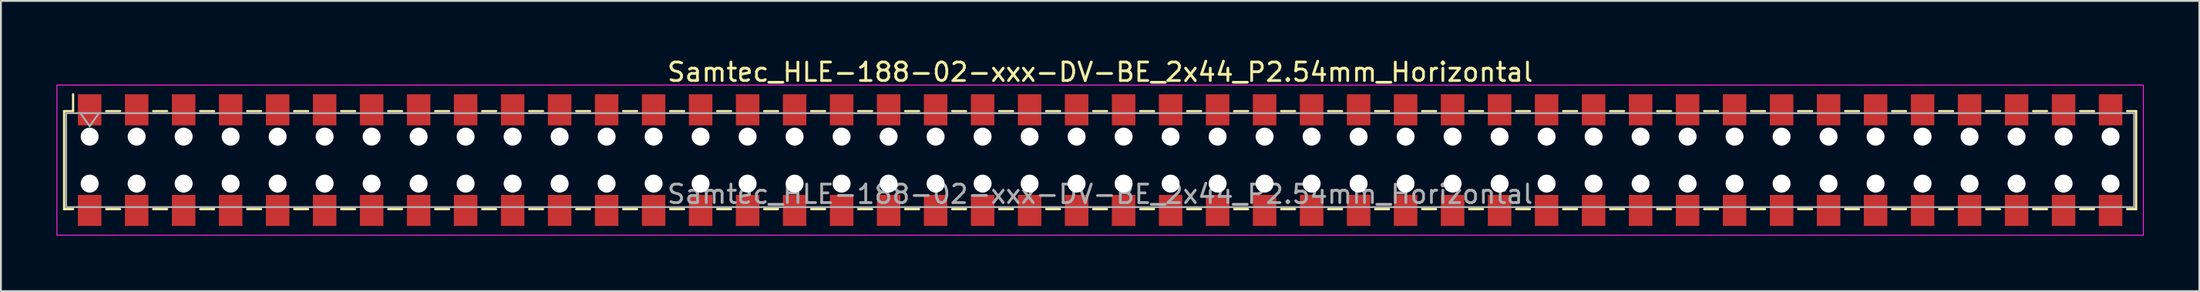
<source format=kicad_pcb>
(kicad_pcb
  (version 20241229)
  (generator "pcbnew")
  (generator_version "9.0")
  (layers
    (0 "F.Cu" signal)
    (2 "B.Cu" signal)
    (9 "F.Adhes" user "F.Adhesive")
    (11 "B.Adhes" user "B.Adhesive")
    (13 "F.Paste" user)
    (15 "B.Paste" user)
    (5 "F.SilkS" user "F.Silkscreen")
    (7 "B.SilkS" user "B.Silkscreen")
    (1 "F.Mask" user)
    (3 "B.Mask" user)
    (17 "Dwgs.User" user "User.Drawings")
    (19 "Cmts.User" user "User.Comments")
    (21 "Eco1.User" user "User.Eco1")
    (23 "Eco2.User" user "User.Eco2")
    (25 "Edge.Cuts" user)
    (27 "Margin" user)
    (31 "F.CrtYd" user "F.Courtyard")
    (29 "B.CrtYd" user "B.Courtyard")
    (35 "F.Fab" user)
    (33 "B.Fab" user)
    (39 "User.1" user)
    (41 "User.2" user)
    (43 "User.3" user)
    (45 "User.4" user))
  (footprint "Samtec_HLE-188-02-xxx-DV-BE_2x44_P2.54mm_Horizontal"
    (layer "F.Cu")
    (at 56.405 5.608)
    (property "Reference" "Samtec_HLE-188-02-xxx-DV-BE_2x44_P2.54mm_Horizontal" (at 0 -4.76 0) (layer "F.SilkS") (effects (font (size 1 1) (thickness 0.15))))
    (attr smd)
    (fp_line (start -55.99 -2.65) (end -55.99 2.65) (stroke (width 0.12) (type solid)) (layer "F.SilkS"))
    (fp_line (start -55.99 2.65) (end -55.505 2.65) (stroke (width 0.12) (type solid)) (layer "F.SilkS"))
    (fp_line (start -55.505 -3.56) (end -55.505 -2.65) (stroke (width 0.12) (type solid)) (layer "F.SilkS"))
    (fp_line (start -55.505 -2.65) (end -55.99 -2.65) (stroke (width 0.12) (type solid)) (layer "F.SilkS"))
    (fp_line (start -53.715 -2.65) (end -52.965 -2.65) (stroke (width 0.12) (type solid)) (layer "F.SilkS"))
    (fp_line (start -53.715 2.65) (end -52.965 2.65) (stroke (width 0.12) (type solid)) (layer "F.SilkS"))
    (fp_line (start -51.175 -2.65) (end -50.425 -2.65) (stroke (width 0.12) (type solid)) (layer "F.SilkS"))
    (fp_line (start -51.175 2.65) (end -50.425 2.65) (stroke (width 0.12) (type solid)) (layer "F.SilkS"))
    (fp_line (start -48.635 -2.65) (end -47.885 -2.65) (stroke (width 0.12) (type solid)) (layer "F.SilkS"))
    (fp_line (start -48.635 2.65) (end -47.885 2.65) (stroke (width 0.12) (type solid)) (layer "F.SilkS"))
    (fp_line (start -46.095 -2.65) (end -45.345 -2.65) (stroke (width 0.12) (type solid)) (layer "F.SilkS"))
    (fp_line (start -46.095 2.65) (end -45.345 2.65) (stroke (width 0.12) (type solid)) (layer "F.SilkS"))
    (fp_line (start -43.555 -2.65) (end -42.805 -2.65) (stroke (width 0.12) (type solid)) (layer "F.SilkS"))
    (fp_line (start -43.555 2.65) (end -42.805 2.65) (stroke (width 0.12) (type solid)) (layer "F.SilkS"))
    (fp_line (start -41.015 -2.65) (end -40.265 -2.65) (stroke (width 0.12) (type solid)) (layer "F.SilkS"))
    (fp_line (start -41.015 2.65) (end -40.265 2.65) (stroke (width 0.12) (type solid)) (layer "F.SilkS"))
    (fp_line (start -38.475 -2.65) (end -37.725 -2.65) (stroke (width 0.12) (type solid)) (layer "F.SilkS"))
    (fp_line (start -38.475 2.65) (end -37.725 2.65) (stroke (width 0.12) (type solid)) (layer "F.SilkS"))
    (fp_line (start -35.935 -2.65) (end -35.185 -2.65) (stroke (width 0.12) (type solid)) (layer "F.SilkS"))
    (fp_line (start -35.935 2.65) (end -35.185 2.65) (stroke (width 0.12) (type solid)) (layer "F.SilkS"))
    (fp_line (start -33.395 -2.65) (end -32.645 -2.65) (stroke (width 0.12) (type solid)) (layer "F.SilkS"))
    (fp_line (start -33.395 2.65) (end -32.645 2.65) (stroke (width 0.12) (type solid)) (layer "F.SilkS"))
    (fp_line (start -30.855 -2.65) (end -30.105 -2.65) (stroke (width 0.12) (type solid)) (layer "F.SilkS"))
    (fp_line (start -30.855 2.65) (end -30.105 2.65) (stroke (width 0.12) (type solid)) (layer "F.SilkS"))
    (fp_line (start -28.315 -2.65) (end -27.565 -2.65) (stroke (width 0.12) (type solid)) (layer "F.SilkS"))
    (fp_line (start -28.315 2.65) (end -27.565 2.65) (stroke (width 0.12) (type solid)) (layer "F.SilkS"))
    (fp_line (start -25.775 -2.65) (end -25.025 -2.65) (stroke (width 0.12) (type solid)) (layer "F.SilkS"))
    (fp_line (start -25.775 2.65) (end -25.025 2.65) (stroke (width 0.12) (type solid)) (layer "F.SilkS"))
    (fp_line (start -23.235 -2.65) (end -22.485 -2.65) (stroke (width 0.12) (type solid)) (layer "F.SilkS"))
    (fp_line (start -23.235 2.65) (end -22.485 2.65) (stroke (width 0.12) (type solid)) (layer "F.SilkS"))
    (fp_line (start -20.695 -2.65) (end -19.945 -2.65) (stroke (width 0.12) (type solid)) (layer "F.SilkS"))
    (fp_line (start -20.695 2.65) (end -19.945 2.65) (stroke (width 0.12) (type solid)) (layer "F.SilkS"))
    (fp_line (start -18.155 -2.65) (end -17.405 -2.65) (stroke (width 0.12) (type solid)) (layer "F.SilkS"))
    (fp_line (start -18.155 2.65) (end -17.405 2.65) (stroke (width 0.12) (type solid)) (layer "F.SilkS"))
    (fp_line (start -15.615 -2.65) (end -14.865 -2.65) (stroke (width 0.12) (type solid)) (layer "F.SilkS"))
    (fp_line (start -15.615 2.65) (end -14.865 2.65) (stroke (width 0.12) (type solid)) (layer "F.SilkS"))
    (fp_line (start -13.075 -2.65) (end -12.325 -2.65) (stroke (width 0.12) (type solid)) (layer "F.SilkS"))
    (fp_line (start -13.075 2.65) (end -12.325 2.65) (stroke (width 0.12) (type solid)) (layer "F.SilkS"))
    (fp_line (start -10.535 -2.65) (end -9.785 -2.65) (stroke (width 0.12) (type solid)) (layer "F.SilkS"))
    (fp_line (start -10.535 2.65) (end -9.785 2.65) (stroke (width 0.12) (type solid)) (layer "F.SilkS"))
    (fp_line (start -7.995 -2.65) (end -7.245 -2.65) (stroke (width 0.12) (type solid)) (layer "F.SilkS"))
    (fp_line (start -7.995 2.65) (end -7.245 2.65) (stroke (width 0.12) (type solid)) (layer "F.SilkS"))
    (fp_line (start -5.455 -2.65) (end -4.705 -2.65) (stroke (width 0.12) (type solid)) (layer "F.SilkS"))
    (fp_line (start -5.455 2.65) (end -4.705 2.65) (stroke (width 0.12) (type solid)) (layer "F.SilkS"))
    (fp_line (start -2.915 -2.65) (end -2.165 -2.65) (stroke (width 0.12) (type solid)) (layer "F.SilkS"))
    (fp_line (start -2.915 2.65) (end -2.165 2.65) (stroke (width 0.12) (type solid)) (layer "F.SilkS"))
    (fp_line (start -0.375 -2.65) (end 0.375 -2.65) (stroke (width 0.12) (type solid)) (layer "F.SilkS"))
    (fp_line (start -0.375 2.65) (end 0.375 2.65) (stroke (width 0.12) (type solid)) (layer "F.SilkS"))
    (fp_line (start 2.165 -2.65) (end 2.915 -2.65) (stroke (width 0.12) (type solid)) (layer "F.SilkS"))
    (fp_line (start 2.165 2.65) (end 2.915 2.65) (stroke (width 0.12) (type solid)) (layer "F.SilkS"))
    (fp_line (start 4.705 -2.65) (end 5.455 -2.65) (stroke (width 0.12) (type solid)) (layer "F.SilkS"))
    (fp_line (start 4.705 2.65) (end 5.455 2.65) (stroke (width 0.12) (type solid)) (layer "F.SilkS"))
    (fp_line (start 7.245 -2.65) (end 7.995 -2.65) (stroke (width 0.12) (type solid)) (layer "F.SilkS"))
    (fp_line (start 7.245 2.65) (end 7.995 2.65) (stroke (width 0.12) (type solid)) (layer "F.SilkS"))
    (fp_line (start 9.785 -2.65) (end 10.535 -2.65) (stroke (width 0.12) (type solid)) (layer "F.SilkS"))
    (fp_line (start 9.785 2.65) (end 10.535 2.65) (stroke (width 0.12) (type solid)) (layer "F.SilkS"))
    (fp_line (start 12.325 -2.65) (end 13.075 -2.65) (stroke (width 0.12) (type solid)) (layer "F.SilkS"))
    (fp_line (start 12.325 2.65) (end 13.075 2.65) (stroke (width 0.12) (type solid)) (layer "F.SilkS"))
    (fp_line (start 14.865 -2.65) (end 15.615 -2.65) (stroke (width 0.12) (type solid)) (layer "F.SilkS"))
    (fp_line (start 14.865 2.65) (end 15.615 2.65) (stroke (width 0.12) (type solid)) (layer "F.SilkS"))
    (fp_line (start 17.405 -2.65) (end 18.155 -2.65) (stroke (width 0.12) (type solid)) (layer "F.SilkS"))
    (fp_line (start 17.405 2.65) (end 18.155 2.65) (stroke (width 0.12) (type solid)) (layer "F.SilkS"))
    (fp_line (start 19.945 -2.65) (end 20.695 -2.65) (stroke (width 0.12) (type solid)) (layer "F.SilkS"))
    (fp_line (start 19.945 2.65) (end 20.695 2.65) (stroke (width 0.12) (type solid)) (layer "F.SilkS"))
    (fp_line (start 22.485 -2.65) (end 23.235 -2.65) (stroke (width 0.12) (type solid)) (layer "F.SilkS"))
    (fp_line (start 22.485 2.65) (end 23.235 2.65) (stroke (width 0.12) (type solid)) (layer "F.SilkS"))
    (fp_line (start 25.025 -2.65) (end 25.775 -2.65) (stroke (width 0.12) (type solid)) (layer "F.SilkS"))
    (fp_line (start 25.025 2.65) (end 25.775 2.65) (stroke (width 0.12) (type solid)) (layer "F.SilkS"))
    (fp_line (start 27.565 -2.65) (end 28.315 -2.65) (stroke (width 0.12) (type solid)) (layer "F.SilkS"))
    (fp_line (start 27.565 2.65) (end 28.315 2.65) (stroke (width 0.12) (type solid)) (layer "F.SilkS"))
    (fp_line (start 30.105 -2.65) (end 30.855 -2.65) (stroke (width 0.12) (type solid)) (layer "F.SilkS"))
    (fp_line (start 30.105 2.65) (end 30.855 2.65) (stroke (width 0.12) (type solid)) (layer "F.SilkS"))
    (fp_line (start 32.645 -2.65) (end 33.395 -2.65) (stroke (width 0.12) (type solid)) (layer "F.SilkS"))
    (fp_line (start 32.645 2.65) (end 33.395 2.65) (stroke (width 0.12) (type solid)) (layer "F.SilkS"))
    (fp_line (start 35.185 -2.65) (end 35.935 -2.65) (stroke (width 0.12) (type solid)) (layer "F.SilkS"))
    (fp_line (start 35.185 2.65) (end 35.935 2.65) (stroke (width 0.12) (type solid)) (layer "F.SilkS"))
    (fp_line (start 37.725 -2.65) (end 38.475 -2.65) (stroke (width 0.12) (type solid)) (layer "F.SilkS"))
    (fp_line (start 37.725 2.65) (end 38.475 2.65) (stroke (width 0.12) (type solid)) (layer "F.SilkS"))
    (fp_line (start 40.265 -2.65) (end 41.015 -2.65) (stroke (width 0.12) (type solid)) (layer "F.SilkS"))
    (fp_line (start 40.265 2.65) (end 41.015 2.65) (stroke (width 0.12) (type solid)) (layer "F.SilkS"))
    (fp_line (start 42.805 -2.65) (end 43.555 -2.65) (stroke (width 0.12) (type solid)) (layer "F.SilkS"))
    (fp_line (start 42.805 2.65) (end 43.555 2.65) (stroke (width 0.12) (type solid)) (layer "F.SilkS"))
    (fp_line (start 45.345 -2.65) (end 46.095 -2.65) (stroke (width 0.12) (type solid)) (layer "F.SilkS"))
    (fp_line (start 45.345 2.65) (end 46.095 2.65) (stroke (width 0.12) (type solid)) (layer "F.SilkS"))
    (fp_line (start 47.885 -2.65) (end 48.635 -2.65) (stroke (width 0.12) (type solid)) (layer "F.SilkS"))
    (fp_line (start 47.885 2.65) (end 48.635 2.65) (stroke (width 0.12) (type solid)) (layer "F.SilkS"))
    (fp_line (start 50.425 -2.65) (end 51.175 -2.65) (stroke (width 0.12) (type solid)) (layer "F.SilkS"))
    (fp_line (start 50.425 2.65) (end 51.175 2.65) (stroke (width 0.12) (type solid)) (layer "F.SilkS"))
    (fp_line (start 52.965 -2.65) (end 53.715 -2.65) (stroke (width 0.12) (type solid)) (layer "F.SilkS"))
    (fp_line (start 52.965 2.65) (end 53.715 2.65) (stroke (width 0.12) (type solid)) (layer "F.SilkS"))
    (fp_line (start 55.505 -2.65) (end 55.99 -2.65) (stroke (width 0.12) (type solid)) (layer "F.SilkS"))
    (fp_line (start 55.99 -2.65) (end 55.99 2.65) (stroke (width 0.12) (type solid)) (layer "F.SilkS"))
    (fp_line (start 55.99 2.65) (end 55.505 2.65) (stroke (width 0.12) (type solid)) (layer "F.SilkS"))
    (fp_line (start -56.38 -4.06) (end 56.38 -4.06) (stroke (width 0.05) (type solid)) (layer "F.CrtYd"))
    (fp_line (start -56.38 4.06) (end -56.38 -4.06) (stroke (width 0.05) (type solid)) (layer "F.CrtYd"))
    (fp_line (start 56.38 -4.06) (end 56.38 4.06) (stroke (width 0.05) (type solid)) (layer "F.CrtYd"))
    (fp_line (start 56.38 4.06) (end -56.38 4.06) (stroke (width 0.05) (type solid)) (layer "F.CrtYd"))
    (fp_line (start -55.88 -2.54) (end 55.88 -2.54) (stroke (width 0.1) (type solid)) (layer "F.Fab"))
    (fp_line (start -55.88 2.54) (end -55.88 -2.54) (stroke (width 0.1) (type solid)) (layer "F.Fab"))
    (fp_line (start -55.11 -2.54) (end -54.61 -1.833) (stroke (width 0.1) (type solid)) (layer "F.Fab"))
    (fp_line (start -54.61 -1.833) (end -54.11 -2.54) (stroke (width 0.1) (type solid)) (layer "F.Fab"))
    (fp_line (start 55.88 -2.54) (end 55.88 2.54) (stroke (width 0.1) (type solid)) (layer "F.Fab"))
    (fp_line (start 55.88 2.54) (end -55.88 2.54) (stroke (width 0.1) (type solid)) (layer "F.Fab"))
    (fp_text user "${REFERENCE}" (at 0 1.84 0) (layer "F.Fab") (effects (font (size 1 1) (thickness 0.15))))
    (pad "" np_thru_hole circle (at -54.61 -1.27) (size 0.97 0.97) (drill 0.97) (layers "*.Cu" "*.Mask"))
    (pad "" np_thru_hole circle (at -54.61 1.27) (size 0.97 0.97) (drill 0.97) (layers "*.Cu" "*.Mask"))
    (pad "" np_thru_hole circle (at -52.07 -1.27) (size 0.97 0.97) (drill 0.97) (layers "*.Cu" "*.Mask"))
    (pad "" np_thru_hole circle (at -52.07 1.27) (size 0.97 0.97) (drill 0.97) (layers "*.Cu" "*.Mask"))
    (pad "" np_thru_hole circle (at -49.53 -1.27) (size 0.97 0.97) (drill 0.97) (layers "*.Cu" "*.Mask"))
    (pad "" np_thru_hole circle (at -49.53 1.27) (size 0.97 0.97) (drill 0.97) (layers "*.Cu" "*.Mask"))
    (pad "" np_thru_hole circle (at -46.99 -1.27) (size 0.97 0.97) (drill 0.97) (layers "*.Cu" "*.Mask"))
    (pad "" np_thru_hole circle (at -46.99 1.27) (size 0.97 0.97) (drill 0.97) (layers "*.Cu" "*.Mask"))
    (pad "" np_thru_hole circle (at -44.45 -1.27) (size 0.97 0.97) (drill 0.97) (layers "*.Cu" "*.Mask"))
    (pad "" np_thru_hole circle (at -44.45 1.27) (size 0.97 0.97) (drill 0.97) (layers "*.Cu" "*.Mask"))
    (pad "" np_thru_hole circle (at -41.91 -1.27) (size 0.97 0.97) (drill 0.97) (layers "*.Cu" "*.Mask"))
    (pad "" np_thru_hole circle (at -41.91 1.27) (size 0.97 0.97) (drill 0.97) (layers "*.Cu" "*.Mask"))
    (pad "" np_thru_hole circle (at -39.37 -1.27) (size 0.97 0.97) (drill 0.97) (layers "*.Cu" "*.Mask"))
    (pad "" np_thru_hole circle (at -39.37 1.27) (size 0.97 0.97) (drill 0.97) (layers "*.Cu" "*.Mask"))
    (pad "" np_thru_hole circle (at -36.83 -1.27) (size 0.97 0.97) (drill 0.97) (layers "*.Cu" "*.Mask"))
    (pad "" np_thru_hole circle (at -36.83 1.27) (size 0.97 0.97) (drill 0.97) (layers "*.Cu" "*.Mask"))
    (pad "" np_thru_hole circle (at -34.29 -1.27) (size 0.97 0.97) (drill 0.97) (layers "*.Cu" "*.Mask"))
    (pad "" np_thru_hole circle (at -34.29 1.27) (size 0.97 0.97) (drill 0.97) (layers "*.Cu" "*.Mask"))
    (pad "" np_thru_hole circle (at -31.75 -1.27) (size 0.97 0.97) (drill 0.97) (layers "*.Cu" "*.Mask"))
    (pad "" np_thru_hole circle (at -31.75 1.27) (size 0.97 0.97) (drill 0.97) (layers "*.Cu" "*.Mask"))
    (pad "" np_thru_hole circle (at -29.21 -1.27) (size 0.97 0.97) (drill 0.97) (layers "*.Cu" "*.Mask"))
    (pad "" np_thru_hole circle (at -29.21 1.27) (size 0.97 0.97) (drill 0.97) (layers "*.Cu" "*.Mask"))
    (pad "" np_thru_hole circle (at -26.67 -1.27) (size 0.97 0.97) (drill 0.97) (layers "*.Cu" "*.Mask"))
    (pad "" np_thru_hole circle (at -26.67 1.27) (size 0.97 0.97) (drill 0.97) (layers "*.Cu" "*.Mask"))
    (pad "" np_thru_hole circle (at -24.13 -1.27) (size 0.97 0.97) (drill 0.97) (layers "*.Cu" "*.Mask"))
    (pad "" np_thru_hole circle (at -24.13 1.27) (size 0.97 0.97) (drill 0.97) (layers "*.Cu" "*.Mask"))
    (pad "" np_thru_hole circle (at -21.59 -1.27) (size 0.97 0.97) (drill 0.97) (layers "*.Cu" "*.Mask"))
    (pad "" np_thru_hole circle (at -21.59 1.27) (size 0.97 0.97) (drill 0.97) (layers "*.Cu" "*.Mask"))
    (pad "" np_thru_hole circle (at -19.05 -1.27) (size 0.97 0.97) (drill 0.97) (layers "*.Cu" "*.Mask"))
    (pad "" np_thru_hole circle (at -19.05 1.27) (size 0.97 0.97) (drill 0.97) (layers "*.Cu" "*.Mask"))
    (pad "" np_thru_hole circle (at -16.51 -1.27) (size 0.97 0.97) (drill 0.97) (layers "*.Cu" "*.Mask"))
    (pad "" np_thru_hole circle (at -16.51 1.27) (size 0.97 0.97) (drill 0.97) (layers "*.Cu" "*.Mask"))
    (pad "" np_thru_hole circle (at -13.97 -1.27) (size 0.97 0.97) (drill 0.97) (layers "*.Cu" "*.Mask"))
    (pad "" np_thru_hole circle (at -13.97 1.27) (size 0.97 0.97) (drill 0.97) (layers "*.Cu" "*.Mask"))
    (pad "" np_thru_hole circle (at -11.43 -1.27) (size 0.97 0.97) (drill 0.97) (layers "*.Cu" "*.Mask"))
    (pad "" np_thru_hole circle (at -11.43 1.27) (size 0.97 0.97) (drill 0.97) (layers "*.Cu" "*.Mask"))
    (pad "" np_thru_hole circle (at -8.89 -1.27) (size 0.97 0.97) (drill 0.97) (layers "*.Cu" "*.Mask"))
    (pad "" np_thru_hole circle (at -8.89 1.27) (size 0.97 0.97) (drill 0.97) (layers "*.Cu" "*.Mask"))
    (pad "" np_thru_hole circle (at -6.35 -1.27) (size 0.97 0.97) (drill 0.97) (layers "*.Cu" "*.Mask"))
    (pad "" np_thru_hole circle (at -6.35 1.27) (size 0.97 0.97) (drill 0.97) (layers "*.Cu" "*.Mask"))
    (pad "" np_thru_hole circle (at -3.81 -1.27) (size 0.97 0.97) (drill 0.97) (layers "*.Cu" "*.Mask"))
    (pad "" np_thru_hole circle (at -3.81 1.27) (size 0.97 0.97) (drill 0.97) (layers "*.Cu" "*.Mask"))
    (pad "" np_thru_hole circle (at -1.27 -1.27) (size 0.97 0.97) (drill 0.97) (layers "*.Cu" "*.Mask"))
    (pad "" np_thru_hole circle (at -1.27 1.27) (size 0.97 0.97) (drill 0.97) (layers "*.Cu" "*.Mask"))
    (pad "" np_thru_hole circle (at 1.27 -1.27) (size 0.97 0.97) (drill 0.97) (layers "*.Cu" "*.Mask"))
    (pad "" np_thru_hole circle (at 1.27 1.27) (size 0.97 0.97) (drill 0.97) (layers "*.Cu" "*.Mask"))
    (pad "" np_thru_hole circle (at 3.81 -1.27) (size 0.97 0.97) (drill 0.97) (layers "*.Cu" "*.Mask"))
    (pad "" np_thru_hole circle (at 3.81 1.27) (size 0.97 0.97) (drill 0.97) (layers "*.Cu" "*.Mask"))
    (pad "" np_thru_hole circle (at 6.35 -1.27) (size 0.97 0.97) (drill 0.97) (layers "*.Cu" "*.Mask"))
    (pad "" np_thru_hole circle (at 6.35 1.27) (size 0.97 0.97) (drill 0.97) (layers "*.Cu" "*.Mask"))
    (pad "" np_thru_hole circle (at 8.89 -1.27) (size 0.97 0.97) (drill 0.97) (layers "*.Cu" "*.Mask"))
    (pad "" np_thru_hole circle (at 8.89 1.27) (size 0.97 0.97) (drill 0.97) (layers "*.Cu" "*.Mask"))
    (pad "" np_thru_hole circle (at 11.43 -1.27) (size 0.97 0.97) (drill 0.97) (layers "*.Cu" "*.Mask"))
    (pad "" np_thru_hole circle (at 11.43 1.27) (size 0.97 0.97) (drill 0.97) (layers "*.Cu" "*.Mask"))
    (pad "" np_thru_hole circle (at 13.97 -1.27) (size 0.97 0.97) (drill 0.97) (layers "*.Cu" "*.Mask"))
    (pad "" np_thru_hole circle (at 13.97 1.27) (size 0.97 0.97) (drill 0.97) (layers "*.Cu" "*.Mask"))
    (pad "" np_thru_hole circle (at 16.51 -1.27) (size 0.97 0.97) (drill 0.97) (layers "*.Cu" "*.Mask"))
    (pad "" np_thru_hole circle (at 16.51 1.27) (size 0.97 0.97) (drill 0.97) (layers "*.Cu" "*.Mask"))
    (pad "" np_thru_hole circle (at 19.05 -1.27) (size 0.97 0.97) (drill 0.97) (layers "*.Cu" "*.Mask"))
    (pad "" np_thru_hole circle (at 19.05 1.27) (size 0.97 0.97) (drill 0.97) (layers "*.Cu" "*.Mask"))
    (pad "" np_thru_hole circle (at 21.59 -1.27) (size 0.97 0.97) (drill 0.97) (layers "*.Cu" "*.Mask"))
    (pad "" np_thru_hole circle (at 21.59 1.27) (size 0.97 0.97) (drill 0.97) (layers "*.Cu" "*.Mask"))
    (pad "" np_thru_hole circle (at 24.13 -1.27) (size 0.97 0.97) (drill 0.97) (layers "*.Cu" "*.Mask"))
    (pad "" np_thru_hole circle (at 24.13 1.27) (size 0.97 0.97) (drill 0.97) (layers "*.Cu" "*.Mask"))
    (pad "" np_thru_hole circle (at 26.67 -1.27) (size 0.97 0.97) (drill 0.97) (layers "*.Cu" "*.Mask"))
    (pad "" np_thru_hole circle (at 26.67 1.27) (size 0.97 0.97) (drill 0.97) (layers "*.Cu" "*.Mask"))
    (pad "" np_thru_hole circle (at 29.21 -1.27) (size 0.97 0.97) (drill 0.97) (layers "*.Cu" "*.Mask"))
    (pad "" np_thru_hole circle (at 29.21 1.27) (size 0.97 0.97) (drill 0.97) (layers "*.Cu" "*.Mask"))
    (pad "" np_thru_hole circle (at 31.75 -1.27) (size 0.97 0.97) (drill 0.97) (layers "*.Cu" "*.Mask"))
    (pad "" np_thru_hole circle (at 31.75 1.27) (size 0.97 0.97) (drill 0.97) (layers "*.Cu" "*.Mask"))
    (pad "" np_thru_hole circle (at 34.29 -1.27) (size 0.97 0.97) (drill 0.97) (layers "*.Cu" "*.Mask"))
    (pad "" np_thru_hole circle (at 34.29 1.27) (size 0.97 0.97) (drill 0.97) (layers "*.Cu" "*.Mask"))
    (pad "" np_thru_hole circle (at 36.83 -1.27) (size 0.97 0.97) (drill 0.97) (layers "*.Cu" "*.Mask"))
    (pad "" np_thru_hole circle (at 36.83 1.27) (size 0.97 0.97) (drill 0.97) (layers "*.Cu" "*.Mask"))
    (pad "" np_thru_hole circle (at 39.37 -1.27) (size 0.97 0.97) (drill 0.97) (layers "*.Cu" "*.Mask"))
    (pad "" np_thru_hole circle (at 39.37 1.27) (size 0.97 0.97) (drill 0.97) (layers "*.Cu" "*.Mask"))
    (pad "" np_thru_hole circle (at 41.91 -1.27) (size 0.97 0.97) (drill 0.97) (layers "*.Cu" "*.Mask"))
    (pad "" np_thru_hole circle (at 41.91 1.27) (size 0.97 0.97) (drill 0.97) (layers "*.Cu" "*.Mask"))
    (pad "" np_thru_hole circle (at 44.45 -1.27) (size 0.97 0.97) (drill 0.97) (layers "*.Cu" "*.Mask"))
    (pad "" np_thru_hole circle (at 44.45 1.27) (size 0.97 0.97) (drill 0.97) (layers "*.Cu" "*.Mask"))
    (pad "" np_thru_hole circle (at 46.99 -1.27) (size 0.97 0.97) (drill 0.97) (layers "*.Cu" "*.Mask"))
    (pad "" np_thru_hole circle (at 46.99 1.27) (size 0.97 0.97) (drill 0.97) (layers "*.Cu" "*.Mask"))
    (pad "" np_thru_hole circle (at 49.53 -1.27) (size 0.97 0.97) (drill 0.97) (layers "*.Cu" "*.Mask"))
    (pad "" np_thru_hole circle (at 49.53 1.27) (size 0.97 0.97) (drill 0.97) (layers "*.Cu" "*.Mask"))
    (pad "" np_thru_hole circle (at 52.07 -1.27) (size 0.97 0.97) (drill 0.97) (layers "*.Cu" "*.Mask"))
    (pad "" np_thru_hole circle (at 52.07 1.27) (size 0.97 0.97) (drill 0.97) (layers "*.Cu" "*.Mask"))
    (pad "" np_thru_hole circle (at 54.61 -1.27) (size 0.97 0.97) (drill 0.97) (layers "*.Cu" "*.Mask"))
    (pad "" np_thru_hole circle (at 54.61 1.27) (size 0.97 0.97) (drill 0.97) (layers "*.Cu" "*.Mask"))
    (pad "1" smd rect (at -54.61 -2.72) (size 1.27 1.68) (layers "F.Cu" "F.Mask" "F.Paste"))
    (pad "2" smd rect (at -54.61 2.72) (size 1.27 1.68) (layers "F.Cu" "F.Mask" "F.Paste"))
    (pad "3" smd rect (at -52.07 -2.72) (size 1.27 1.68) (layers "F.Cu" "F.Mask" "F.Paste"))
    (pad "4" smd rect (at -52.07 2.72) (size 1.27 1.68) (layers "F.Cu" "F.Mask" "F.Paste"))
    (pad "5" smd rect (at -49.53 -2.72) (size 1.27 1.68) (layers "F.Cu" "F.Mask" "F.Paste"))
    (pad "6" smd rect (at -49.53 2.72) (size 1.27 1.68) (layers "F.Cu" "F.Mask" "F.Paste"))
    (pad "7" smd rect (at -46.99 -2.72) (size 1.27 1.68) (layers "F.Cu" "F.Mask" "F.Paste"))
    (pad "8" smd rect (at -46.99 2.72) (size 1.27 1.68) (layers "F.Cu" "F.Mask" "F.Paste"))
    (pad "9" smd rect (at -44.45 -2.72) (size 1.27 1.68) (layers "F.Cu" "F.Mask" "F.Paste"))
    (pad "10" smd rect (at -44.45 2.72) (size 1.27 1.68) (layers "F.Cu" "F.Mask" "F.Paste"))
    (pad "11" smd rect (at -41.91 -2.72) (size 1.27 1.68) (layers "F.Cu" "F.Mask" "F.Paste"))
    (pad "12" smd rect (at -41.91 2.72) (size 1.27 1.68) (layers "F.Cu" "F.Mask" "F.Paste"))
    (pad "13" smd rect (at -39.37 -2.72) (size 1.27 1.68) (layers "F.Cu" "F.Mask" "F.Paste"))
    (pad "14" smd rect (at -39.37 2.72) (size 1.27 1.68) (layers "F.Cu" "F.Mask" "F.Paste"))
    (pad "15" smd rect (at -36.83 -2.72) (size 1.27 1.68) (layers "F.Cu" "F.Mask" "F.Paste"))
    (pad "16" smd rect (at -36.83 2.72) (size 1.27 1.68) (layers "F.Cu" "F.Mask" "F.Paste"))
    (pad "17" smd rect (at -34.29 -2.72) (size 1.27 1.68) (layers "F.Cu" "F.Mask" "F.Paste"))
    (pad "18" smd rect (at -34.29 2.72) (size 1.27 1.68) (layers "F.Cu" "F.Mask" "F.Paste"))
    (pad "19" smd rect (at -31.75 -2.72) (size 1.27 1.68) (layers "F.Cu" "F.Mask" "F.Paste"))
    (pad "20" smd rect (at -31.75 2.72) (size 1.27 1.68) (layers "F.Cu" "F.Mask" "F.Paste"))
    (pad "21" smd rect (at -29.21 -2.72) (size 1.27 1.68) (layers "F.Cu" "F.Mask" "F.Paste"))
    (pad "22" smd rect (at -29.21 2.72) (size 1.27 1.68) (layers "F.Cu" "F.Mask" "F.Paste"))
    (pad "23" smd rect (at -26.67 -2.72) (size 1.27 1.68) (layers "F.Cu" "F.Mask" "F.Paste"))
    (pad "24" smd rect (at -26.67 2.72) (size 1.27 1.68) (layers "F.Cu" "F.Mask" "F.Paste"))
    (pad "25" smd rect (at -24.13 -2.72) (size 1.27 1.68) (layers "F.Cu" "F.Mask" "F.Paste"))
    (pad "26" smd rect (at -24.13 2.72) (size 1.27 1.68) (layers "F.Cu" "F.Mask" "F.Paste"))
    (pad "27" smd rect (at -21.59 -2.72) (size 1.27 1.68) (layers "F.Cu" "F.Mask" "F.Paste"))
    (pad "28" smd rect (at -21.59 2.72) (size 1.27 1.68) (layers "F.Cu" "F.Mask" "F.Paste"))
    (pad "29" smd rect (at -19.05 -2.72) (size 1.27 1.68) (layers "F.Cu" "F.Mask" "F.Paste"))
    (pad "30" smd rect (at -19.05 2.72) (size 1.27 1.68) (layers "F.Cu" "F.Mask" "F.Paste"))
    (pad "31" smd rect (at -16.51 -2.72) (size 1.27 1.68) (layers "F.Cu" "F.Mask" "F.Paste"))
    (pad "32" smd rect (at -16.51 2.72) (size 1.27 1.68) (layers "F.Cu" "F.Mask" "F.Paste"))
    (pad "33" smd rect (at -13.97 -2.72) (size 1.27 1.68) (layers "F.Cu" "F.Mask" "F.Paste"))
    (pad "34" smd rect (at -13.97 2.72) (size 1.27 1.68) (layers "F.Cu" "F.Mask" "F.Paste"))
    (pad "35" smd rect (at -11.43 -2.72) (size 1.27 1.68) (layers "F.Cu" "F.Mask" "F.Paste"))
    (pad "36" smd rect (at -11.43 2.72) (size 1.27 1.68) (layers "F.Cu" "F.Mask" "F.Paste"))
    (pad "37" smd rect (at -8.89 -2.72) (size 1.27 1.68) (layers "F.Cu" "F.Mask" "F.Paste"))
    (pad "38" smd rect (at -8.89 2.72) (size 1.27 1.68) (layers "F.Cu" "F.Mask" "F.Paste"))
    (pad "39" smd rect (at -6.35 -2.72) (size 1.27 1.68) (layers "F.Cu" "F.Mask" "F.Paste"))
    (pad "40" smd rect (at -6.35 2.72) (size 1.27 1.68) (layers "F.Cu" "F.Mask" "F.Paste"))
    (pad "41" smd rect (at -3.81 -2.72) (size 1.27 1.68) (layers "F.Cu" "F.Mask" "F.Paste"))
    (pad "42" smd rect (at -3.81 2.72) (size 1.27 1.68) (layers "F.Cu" "F.Mask" "F.Paste"))
    (pad "43" smd rect (at -1.27 -2.72) (size 1.27 1.68) (layers "F.Cu" "F.Mask" "F.Paste"))
    (pad "44" smd rect (at -1.27 2.72) (size 1.27 1.68) (layers "F.Cu" "F.Mask" "F.Paste"))
    (pad "45" smd rect (at 1.27 -2.72) (size 1.27 1.68) (layers "F.Cu" "F.Mask" "F.Paste"))
    (pad "46" smd rect (at 1.27 2.72) (size 1.27 1.68) (layers "F.Cu" "F.Mask" "F.Paste"))
    (pad "47" smd rect (at 3.81 -2.72) (size 1.27 1.68) (layers "F.Cu" "F.Mask" "F.Paste"))
    (pad "48" smd rect (at 3.81 2.72) (size 1.27 1.68) (layers "F.Cu" "F.Mask" "F.Paste"))
    (pad "49" smd rect (at 6.35 -2.72) (size 1.27 1.68) (layers "F.Cu" "F.Mask" "F.Paste"))
    (pad "50" smd rect (at 6.35 2.72) (size 1.27 1.68) (layers "F.Cu" "F.Mask" "F.Paste"))
    (pad "51" smd rect (at 8.89 -2.72) (size 1.27 1.68) (layers "F.Cu" "F.Mask" "F.Paste"))
    (pad "52" smd rect (at 8.89 2.72) (size 1.27 1.68) (layers "F.Cu" "F.Mask" "F.Paste"))
    (pad "53" smd rect (at 11.43 -2.72) (size 1.27 1.68) (layers "F.Cu" "F.Mask" "F.Paste"))
    (pad "54" smd rect (at 11.43 2.72) (size 1.27 1.68) (layers "F.Cu" "F.Mask" "F.Paste"))
    (pad "55" smd rect (at 13.97 -2.72) (size 1.27 1.68) (layers "F.Cu" "F.Mask" "F.Paste"))
    (pad "56" smd rect (at 13.97 2.72) (size 1.27 1.68) (layers "F.Cu" "F.Mask" "F.Paste"))
    (pad "57" smd rect (at 16.51 -2.72) (size 1.27 1.68) (layers "F.Cu" "F.Mask" "F.Paste"))
    (pad "58" smd rect (at 16.51 2.72) (size 1.27 1.68) (layers "F.Cu" "F.Mask" "F.Paste"))
    (pad "59" smd rect (at 19.05 -2.72) (size 1.27 1.68) (layers "F.Cu" "F.Mask" "F.Paste"))
    (pad "60" smd rect (at 19.05 2.72) (size 1.27 1.68) (layers "F.Cu" "F.Mask" "F.Paste"))
    (pad "61" smd rect (at 21.59 -2.72) (size 1.27 1.68) (layers "F.Cu" "F.Mask" "F.Paste"))
    (pad "62" smd rect (at 21.59 2.72) (size 1.27 1.68) (layers "F.Cu" "F.Mask" "F.Paste"))
    (pad "63" smd rect (at 24.13 -2.72) (size 1.27 1.68) (layers "F.Cu" "F.Mask" "F.Paste"))
    (pad "64" smd rect (at 24.13 2.72) (size 1.27 1.68) (layers "F.Cu" "F.Mask" "F.Paste"))
    (pad "65" smd rect (at 26.67 -2.72) (size 1.27 1.68) (layers "F.Cu" "F.Mask" "F.Paste"))
    (pad "66" smd rect (at 26.67 2.72) (size 1.27 1.68) (layers "F.Cu" "F.Mask" "F.Paste"))
    (pad "67" smd rect (at 29.21 -2.72) (size 1.27 1.68) (layers "F.Cu" "F.Mask" "F.Paste"))
    (pad "68" smd rect (at 29.21 2.72) (size 1.27 1.68) (layers "F.Cu" "F.Mask" "F.Paste"))
    (pad "69" smd rect (at 31.75 -2.72) (size 1.27 1.68) (layers "F.Cu" "F.Mask" "F.Paste"))
    (pad "70" smd rect (at 31.75 2.72) (size 1.27 1.68) (layers "F.Cu" "F.Mask" "F.Paste"))
    (pad "71" smd rect (at 34.29 -2.72) (size 1.27 1.68) (layers "F.Cu" "F.Mask" "F.Paste"))
    (pad "72" smd rect (at 34.29 2.72) (size 1.27 1.68) (layers "F.Cu" "F.Mask" "F.Paste"))
    (pad "73" smd rect (at 36.83 -2.72) (size 1.27 1.68) (layers "F.Cu" "F.Mask" "F.Paste"))
    (pad "74" smd rect (at 36.83 2.72) (size 1.27 1.68) (layers "F.Cu" "F.Mask" "F.Paste"))
    (pad "75" smd rect (at 39.37 -2.72) (size 1.27 1.68) (layers "F.Cu" "F.Mask" "F.Paste"))
    (pad "76" smd rect (at 39.37 2.72) (size 1.27 1.68) (layers "F.Cu" "F.Mask" "F.Paste"))
    (pad "77" smd rect (at 41.91 -2.72) (size 1.27 1.68) (layers "F.Cu" "F.Mask" "F.Paste"))
    (pad "78" smd rect (at 41.91 2.72) (size 1.27 1.68) (layers "F.Cu" "F.Mask" "F.Paste"))
    (pad "79" smd rect (at 44.45 -2.72) (size 1.27 1.68) (layers "F.Cu" "F.Mask" "F.Paste"))
    (pad "80" smd rect (at 44.45 2.72) (size 1.27 1.68) (layers "F.Cu" "F.Mask" "F.Paste"))
    (pad "81" smd rect (at 46.99 -2.72) (size 1.27 1.68) (layers "F.Cu" "F.Mask" "F.Paste"))
    (pad "82" smd rect (at 46.99 2.72) (size 1.27 1.68) (layers "F.Cu" "F.Mask" "F.Paste"))
    (pad "83" smd rect (at 49.53 -2.72) (size 1.27 1.68) (layers "F.Cu" "F.Mask" "F.Paste"))
    (pad "84" smd rect (at 49.53 2.72) (size 1.27 1.68) (layers "F.Cu" "F.Mask" "F.Paste"))
    (pad "85" smd rect (at 52.07 -2.72) (size 1.27 1.68) (layers "F.Cu" "F.Mask" "F.Paste"))
    (pad "86" smd rect (at 52.07 2.72) (size 1.27 1.68) (layers "F.Cu" "F.Mask" "F.Paste"))
    (pad "87" smd rect (at 54.61 -2.72) (size 1.27 1.68) (layers "F.Cu" "F.Mask" "F.Paste"))
    (pad "88" smd rect (at 54.61 2.72) (size 1.27 1.68) (layers "F.Cu" "F.Mask" "F.Paste")))
  (gr_rect
    (start -3 -3)
    (end 115.81 12.693)
    (stroke (width 0.1) (type default))
    (fill no)
    (layer "Edge.Cuts")))
</source>
